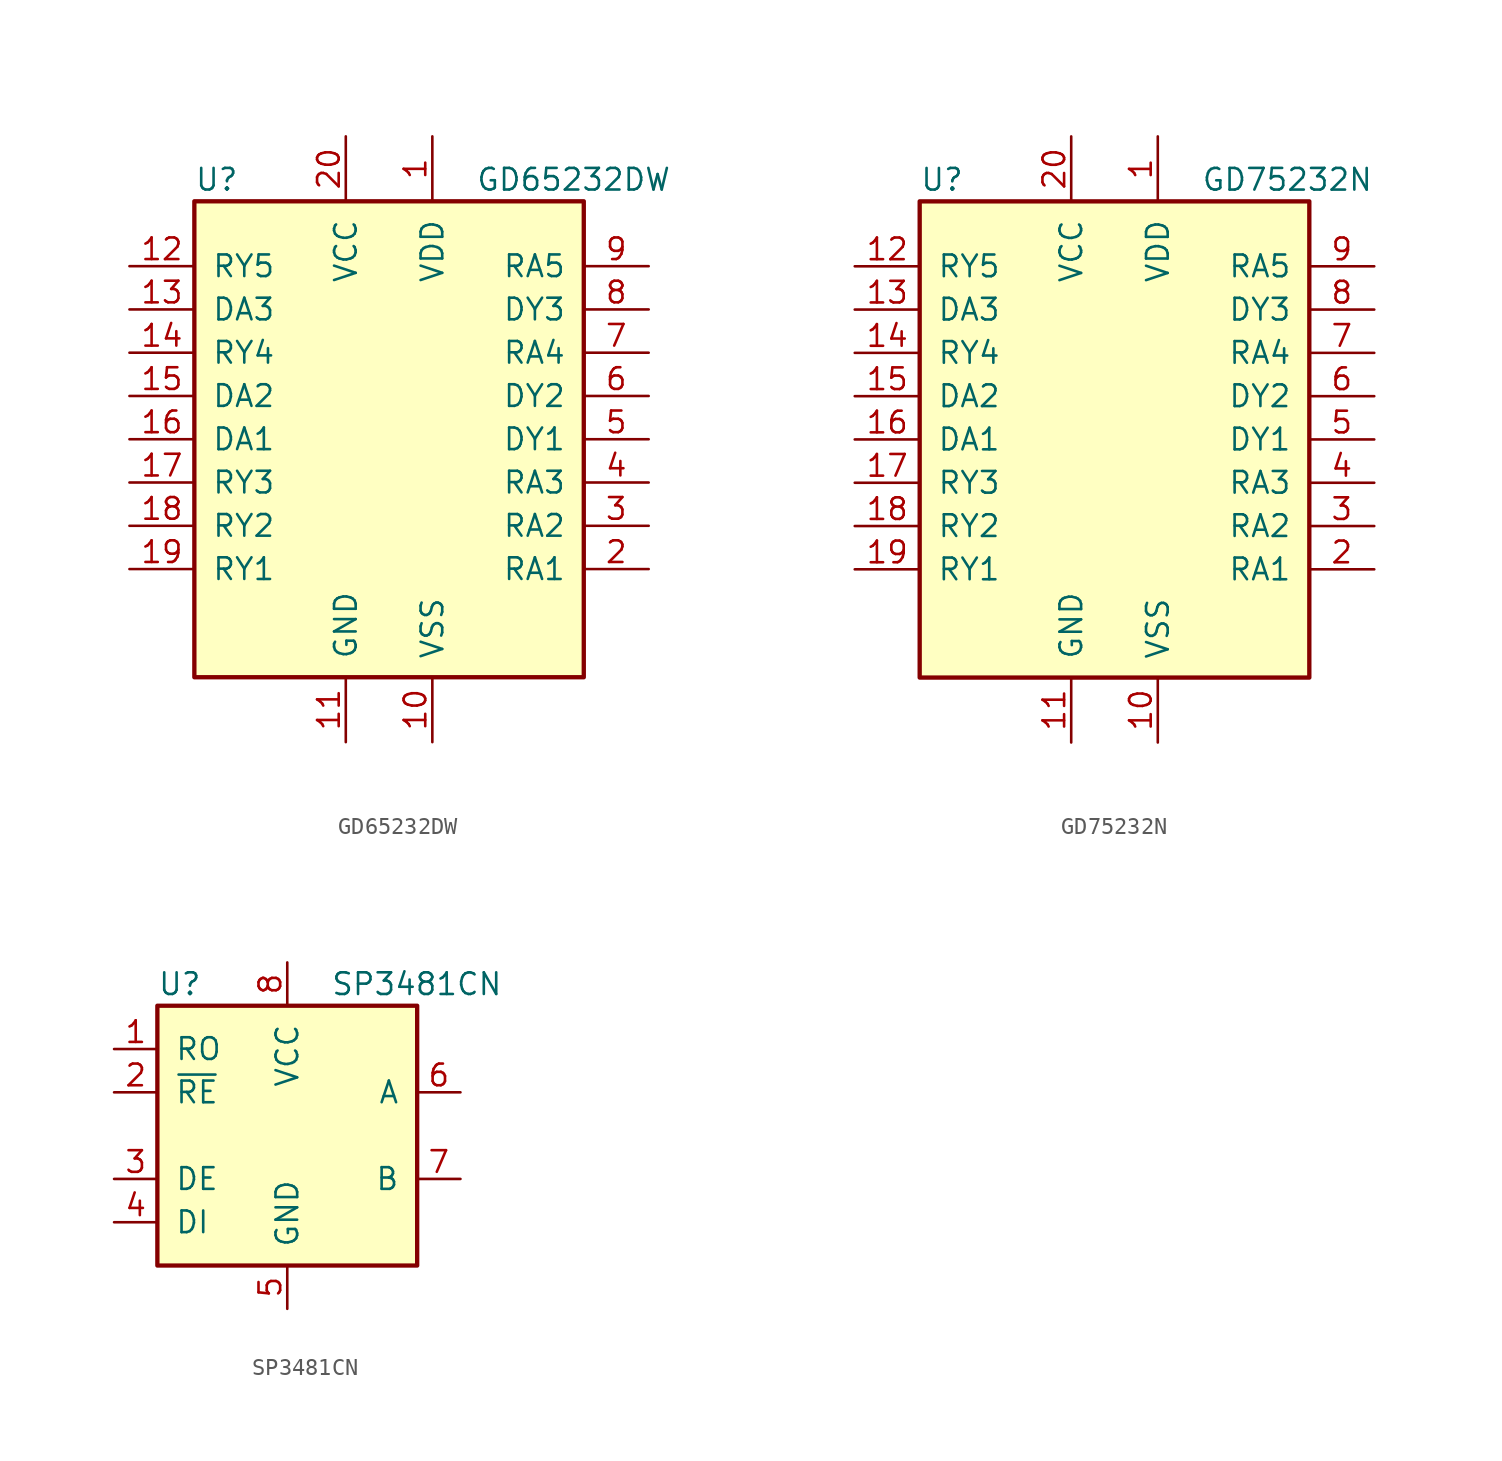
<source format=kicad_sym>
(kicad_symbol_lib
  (version 20201005)
  (generator kicad_symbol_editor)
  (symbol "GD65232DW"
    (pin_names
      (offset 1.016))
    (property "Reference" "U"
      (at -11.43 15.24 0)
      (effects (font (size 1.27 1.27)) (justify left)))
    (property "Value" "GD65232DW"
      (at 5.08 15.24 0)
      (effects (font (size 1.27 1.27)) (justify left)))
    (symbol "GD65232DW_0_1"
      (rectangle (start -11.43 13.97) (end 11.43 -13.97) (stroke (width 0.254)) (fill (type background))))
    (symbol "GD65232DW_1_1"
      (pin power_in line (at 2.54 17.78 270) (length 3.81) (name "VDD" (effects (font (size 1.27 1.27)))) (number "1" (effects (font (size 1.27 1.27)))))
      (pin power_in line (at 2.54 -17.78 90) (length 3.81) (name "VSS" (effects (font (size 1.27 1.27)))) (number "10" (effects (font (size 1.27 1.27)))))
      (pin power_in line (at -2.54 -17.78 90) (length 3.81) (name "GND" (effects (font (size 1.27 1.27)))) (number "11" (effects (font (size 1.27 1.27)))))
      (pin output line (at -15.24 10.16 0) (length 3.81) (name "RY5" (effects (font (size 1.27 1.27)))) (number "12" (effects (font (size 1.27 1.27)))))
      (pin input line (at -15.24 7.62 0) (length 3.81) (name "DA3" (effects (font (size 1.27 1.27)))) (number "13" (effects (font (size 1.27 1.27)))))
      (pin output line (at -15.24 5.08 0) (length 3.81) (name "RY4" (effects (font (size 1.27 1.27)))) (number "14" (effects (font (size 1.27 1.27)))))
      (pin input line (at -15.24 2.54 0) (length 3.81) (name "DA2" (effects (font (size 1.27 1.27)))) (number "15" (effects (font (size 1.27 1.27)))))
      (pin input line (at -15.24 0 0) (length 3.81) (name "DA1" (effects (font (size 1.27 1.27)))) (number "16" (effects (font (size 1.27 1.27)))))
      (pin output line (at -15.24 -2.54 0) (length 3.81) (name "RY3" (effects (font (size 1.27 1.27)))) (number "17" (effects (font (size 1.27 1.27)))))
      (pin output line (at -15.24 -5.08 0) (length 3.81) (name "RY2" (effects (font (size 1.27 1.27)))) (number "18" (effects (font (size 1.27 1.27)))))
      (pin output line (at -15.24 -7.62 0) (length 3.81) (name "RY1" (effects (font (size 1.27 1.27)))) (number "19" (effects (font (size 1.27 1.27)))))
      (pin input line (at 15.24 -7.62 180) (length 3.81) (name "RA1" (effects (font (size 1.27 1.27)))) (number "2" (effects (font (size 1.27 1.27)))))
      (pin power_in line (at -2.54 17.78 270) (length 3.81) (name "VCC" (effects (font (size 1.27 1.27)))) (number "20" (effects (font (size 1.27 1.27)))))
      (pin input line (at 15.24 -5.08 180) (length 3.81) (name "RA2" (effects (font (size 1.27 1.27)))) (number "3" (effects (font (size 1.27 1.27)))))
      (pin input line (at 15.24 -2.54 180) (length 3.81) (name "RA3" (effects (font (size 1.27 1.27)))) (number "4" (effects (font (size 1.27 1.27)))))
      (pin output line (at 15.24 0 180) (length 3.81) (name "DY1" (effects (font (size 1.27 1.27)))) (number "5" (effects (font (size 1.27 1.27)))))
      (pin output line (at 15.24 2.54 180) (length 3.81) (name "DY2" (effects (font (size 1.27 1.27)))) (number "6" (effects (font (size 1.27 1.27)))))
      (pin input line (at 15.24 5.08 180) (length 3.81) (name "RA4" (effects (font (size 1.27 1.27)))) (number "7" (effects (font (size 1.27 1.27)))))
      (pin output line (at 15.24 7.62 180) (length 3.81) (name "DY3" (effects (font (size 1.27 1.27)))) (number "8" (effects (font (size 1.27 1.27)))))
      (pin input line (at 15.24 10.16 180) (length 3.81) (name "RA5" (effects (font (size 1.27 1.27)))) (number "9" (effects (font (size 1.27 1.27)))))))
  (symbol "GD75232N"
    (pin_names
      (offset 1.016))
    (property "Reference" "U"
      (at -11.43 15.24 0)
      (effects (font (size 1.27 1.27)) (justify left)))
    (property "Value" "GD75232N"
      (at 5.08 15.24 0)
      (effects (font (size 1.27 1.27)) (justify left)))
    (symbol "GD75232N_0_1"
      (rectangle (start -11.43 13.97) (end 11.43 -13.97) (stroke (width 0.254)) (fill (type background))))
    (symbol "GD75232N_1_1"
      (pin power_in line (at 2.54 17.78 270) (length 3.81) (name "VDD" (effects (font (size 1.27 1.27)))) (number "1" (effects (font (size 1.27 1.27)))))
      (pin power_in line (at 2.54 -17.78 90) (length 3.81) (name "VSS" (effects (font (size 1.27 1.27)))) (number "10" (effects (font (size 1.27 1.27)))))
      (pin power_in line (at -2.54 -17.78 90) (length 3.81) (name "GND" (effects (font (size 1.27 1.27)))) (number "11" (effects (font (size 1.27 1.27)))))
      (pin output line (at -15.24 10.16 0) (length 3.81) (name "RY5" (effects (font (size 1.27 1.27)))) (number "12" (effects (font (size 1.27 1.27)))))
      (pin input line (at -15.24 7.62 0) (length 3.81) (name "DA3" (effects (font (size 1.27 1.27)))) (number "13" (effects (font (size 1.27 1.27)))))
      (pin output line (at -15.24 5.08 0) (length 3.81) (name "RY4" (effects (font (size 1.27 1.27)))) (number "14" (effects (font (size 1.27 1.27)))))
      (pin input line (at -15.24 2.54 0) (length 3.81) (name "DA2" (effects (font (size 1.27 1.27)))) (number "15" (effects (font (size 1.27 1.27)))))
      (pin input line (at -15.24 0 0) (length 3.81) (name "DA1" (effects (font (size 1.27 1.27)))) (number "16" (effects (font (size 1.27 1.27)))))
      (pin output line (at -15.24 -2.54 0) (length 3.81) (name "RY3" (effects (font (size 1.27 1.27)))) (number "17" (effects (font (size 1.27 1.27)))))
      (pin output line (at -15.24 -5.08 0) (length 3.81) (name "RY2" (effects (font (size 1.27 1.27)))) (number "18" (effects (font (size 1.27 1.27)))))
      (pin output line (at -15.24 -7.62 0) (length 3.81) (name "RY1" (effects (font (size 1.27 1.27)))) (number "19" (effects (font (size 1.27 1.27)))))
      (pin input line (at 15.24 -7.62 180) (length 3.81) (name "RA1" (effects (font (size 1.27 1.27)))) (number "2" (effects (font (size 1.27 1.27)))))
      (pin power_in line (at -2.54 17.78 270) (length 3.81) (name "VCC" (effects (font (size 1.27 1.27)))) (number "20" (effects (font (size 1.27 1.27)))))
      (pin input line (at 15.24 -5.08 180) (length 3.81) (name "RA2" (effects (font (size 1.27 1.27)))) (number "3" (effects (font (size 1.27 1.27)))))
      (pin input line (at 15.24 -2.54 180) (length 3.81) (name "RA3" (effects (font (size 1.27 1.27)))) (number "4" (effects (font (size 1.27 1.27)))))
      (pin output line (at 15.24 0 180) (length 3.81) (name "DY1" (effects (font (size 1.27 1.27)))) (number "5" (effects (font (size 1.27 1.27)))))
      (pin output line (at 15.24 2.54 180) (length 3.81) (name "DY2" (effects (font (size 1.27 1.27)))) (number "6" (effects (font (size 1.27 1.27)))))
      (pin input line (at 15.24 5.08 180) (length 3.81) (name "RA4" (effects (font (size 1.27 1.27)))) (number "7" (effects (font (size 1.27 1.27)))))
      (pin output line (at 15.24 7.62 180) (length 3.81) (name "DY3" (effects (font (size 1.27 1.27)))) (number "8" (effects (font (size 1.27 1.27)))))
      (pin input line (at 15.24 10.16 180) (length 3.81) (name "RA5" (effects (font (size 1.27 1.27)))) (number "9" (effects (font (size 1.27 1.27)))))))
  (symbol "SP3481CN"
    (pin_names
      (offset 1.016))
    (property "Reference" "U"
      (at -7.62 8.89 0)
      (effects (font (size 1.27 1.27)) (justify left)))
    (property "Value" "SP3481CN"
      (at 2.54 8.89 0)
      (effects (font (size 1.27 1.27)) (justify left)))
    (symbol "SP3481CN_0_1"
      (rectangle (start -7.62 7.62) (end 7.62 -7.62) (stroke (width 0.254)) (fill (type background))))
    (symbol "SP3481CN_1_1"
      (pin output line (at -10.16 5.08 0) (length 2.54) (name "RO" (effects (font (size 1.27 1.27)))) (number "1" (effects (font (size 1.27 1.27)))))
      (pin input line (at -10.16 2.54 0) (length 2.54) (name "~RE~" (effects (font (size 1.27 1.27)))) (number "2" (effects (font (size 1.27 1.27)))))
      (pin input line (at -10.16 -2.54 0) (length 2.54) (name "DE" (effects (font (size 1.27 1.27)))) (number "3" (effects (font (size 1.27 1.27)))))
      (pin input line (at -10.16 -5.08 0) (length 2.54) (name "DI" (effects (font (size 1.27 1.27)))) (number "4" (effects (font (size 1.27 1.27)))))
      (pin power_in line (at 0 -10.16 90) (length 2.54) (name "GND" (effects (font (size 1.27 1.27)))) (number "5" (effects (font (size 1.27 1.27)))))
      (pin bidirectional line (at 10.16 2.54 180) (length 2.54) (name "A" (effects (font (size 1.27 1.27)))) (number "6" (effects (font (size 1.27 1.27)))))
      (pin bidirectional line (at 10.16 -2.54 180) (length 2.54) (name "B" (effects (font (size 1.27 1.27)))) (number "7" (effects (font (size 1.27 1.27)))))
      (pin power_in line (at 0 10.16 270) (length 2.54) (name "VCC" (effects (font (size 1.27 1.27)))) (number "8" (effects (font (size 1.27 1.27))))))))
</source>
